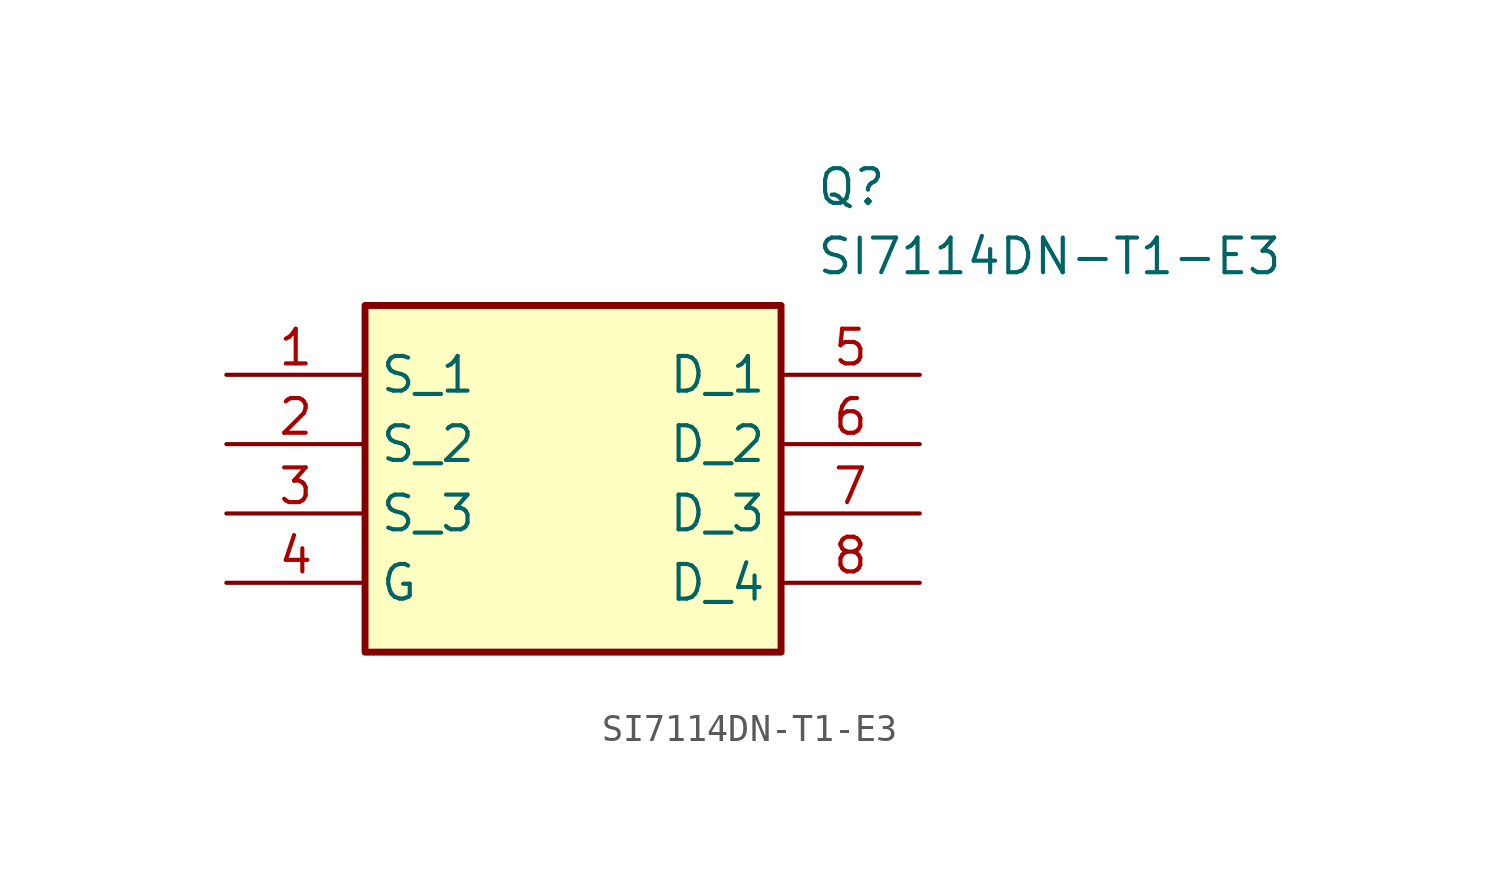
<source format=kicad_sym>
(kicad_symbol_lib
  (version 20211014)
  (generator SamacSys_ECAD_Model)
  (symbol "SI7114DN-T1-E3"
    (property "Reference" "Q"
      (at 21.59 7.62 0)
      (effects (font (size 1.27 1.27)) (justify left top)))
    (property "Value" "SI7114DN-T1-E3"
      (at 21.59 5.08 0)
      (effects (font (size 1.27 1.27)) (justify left top)))
    (rectangle
      (start 5.08 2.54)
      (end 20.32 -10.16)
      (stroke (width 0.254) (type default))
      (fill (type background)))
    (pin passive line
      (at 0 0 0)
      (length 5.08)
      (name "S_1" (effects (font (size 1.27 1.27))))
      (number "1" (effects (font (size 1.27 1.27)))))
    (pin passive line
      (at 0 -2.54 0)
      (length 5.08)
      (name "S_2" (effects (font (size 1.27 1.27))))
      (number "2" (effects (font (size 1.27 1.27)))))
    (pin passive line
      (at 0 -5.08 0)
      (length 5.08)
      (name "S_3" (effects (font (size 1.27 1.27))))
      (number "3" (effects (font (size 1.27 1.27)))))
    (pin passive line
      (at 0 -7.62 0)
      (length 5.08)
      (name "G" (effects (font (size 1.27 1.27))))
      (number "4" (effects (font (size 1.27 1.27)))))
    (pin passive line
      (at 25.4 0 180)
      (length 5.08)
      (name "D_1" (effects (font (size 1.27 1.27))))
      (number "5" (effects (font (size 1.27 1.27)))))
    (pin passive line
      (at 25.4 -2.54 180)
      (length 5.08)
      (name "D_2" (effects (font (size 1.27 1.27))))
      (number "6" (effects (font (size 1.27 1.27)))))
    (pin passive line
      (at 25.4 -5.08 180)
      (length 5.08)
      (name "D_3" (effects (font (size 1.27 1.27))))
      (number "7" (effects (font (size 1.27 1.27)))))
    (pin passive line
      (at 25.4 -7.62 180)
      (length 5.08)
      (name "D_4" (effects (font (size 1.27 1.27))))
      (number "8" (effects (font (size 1.27 1.27)))))))
</source>
